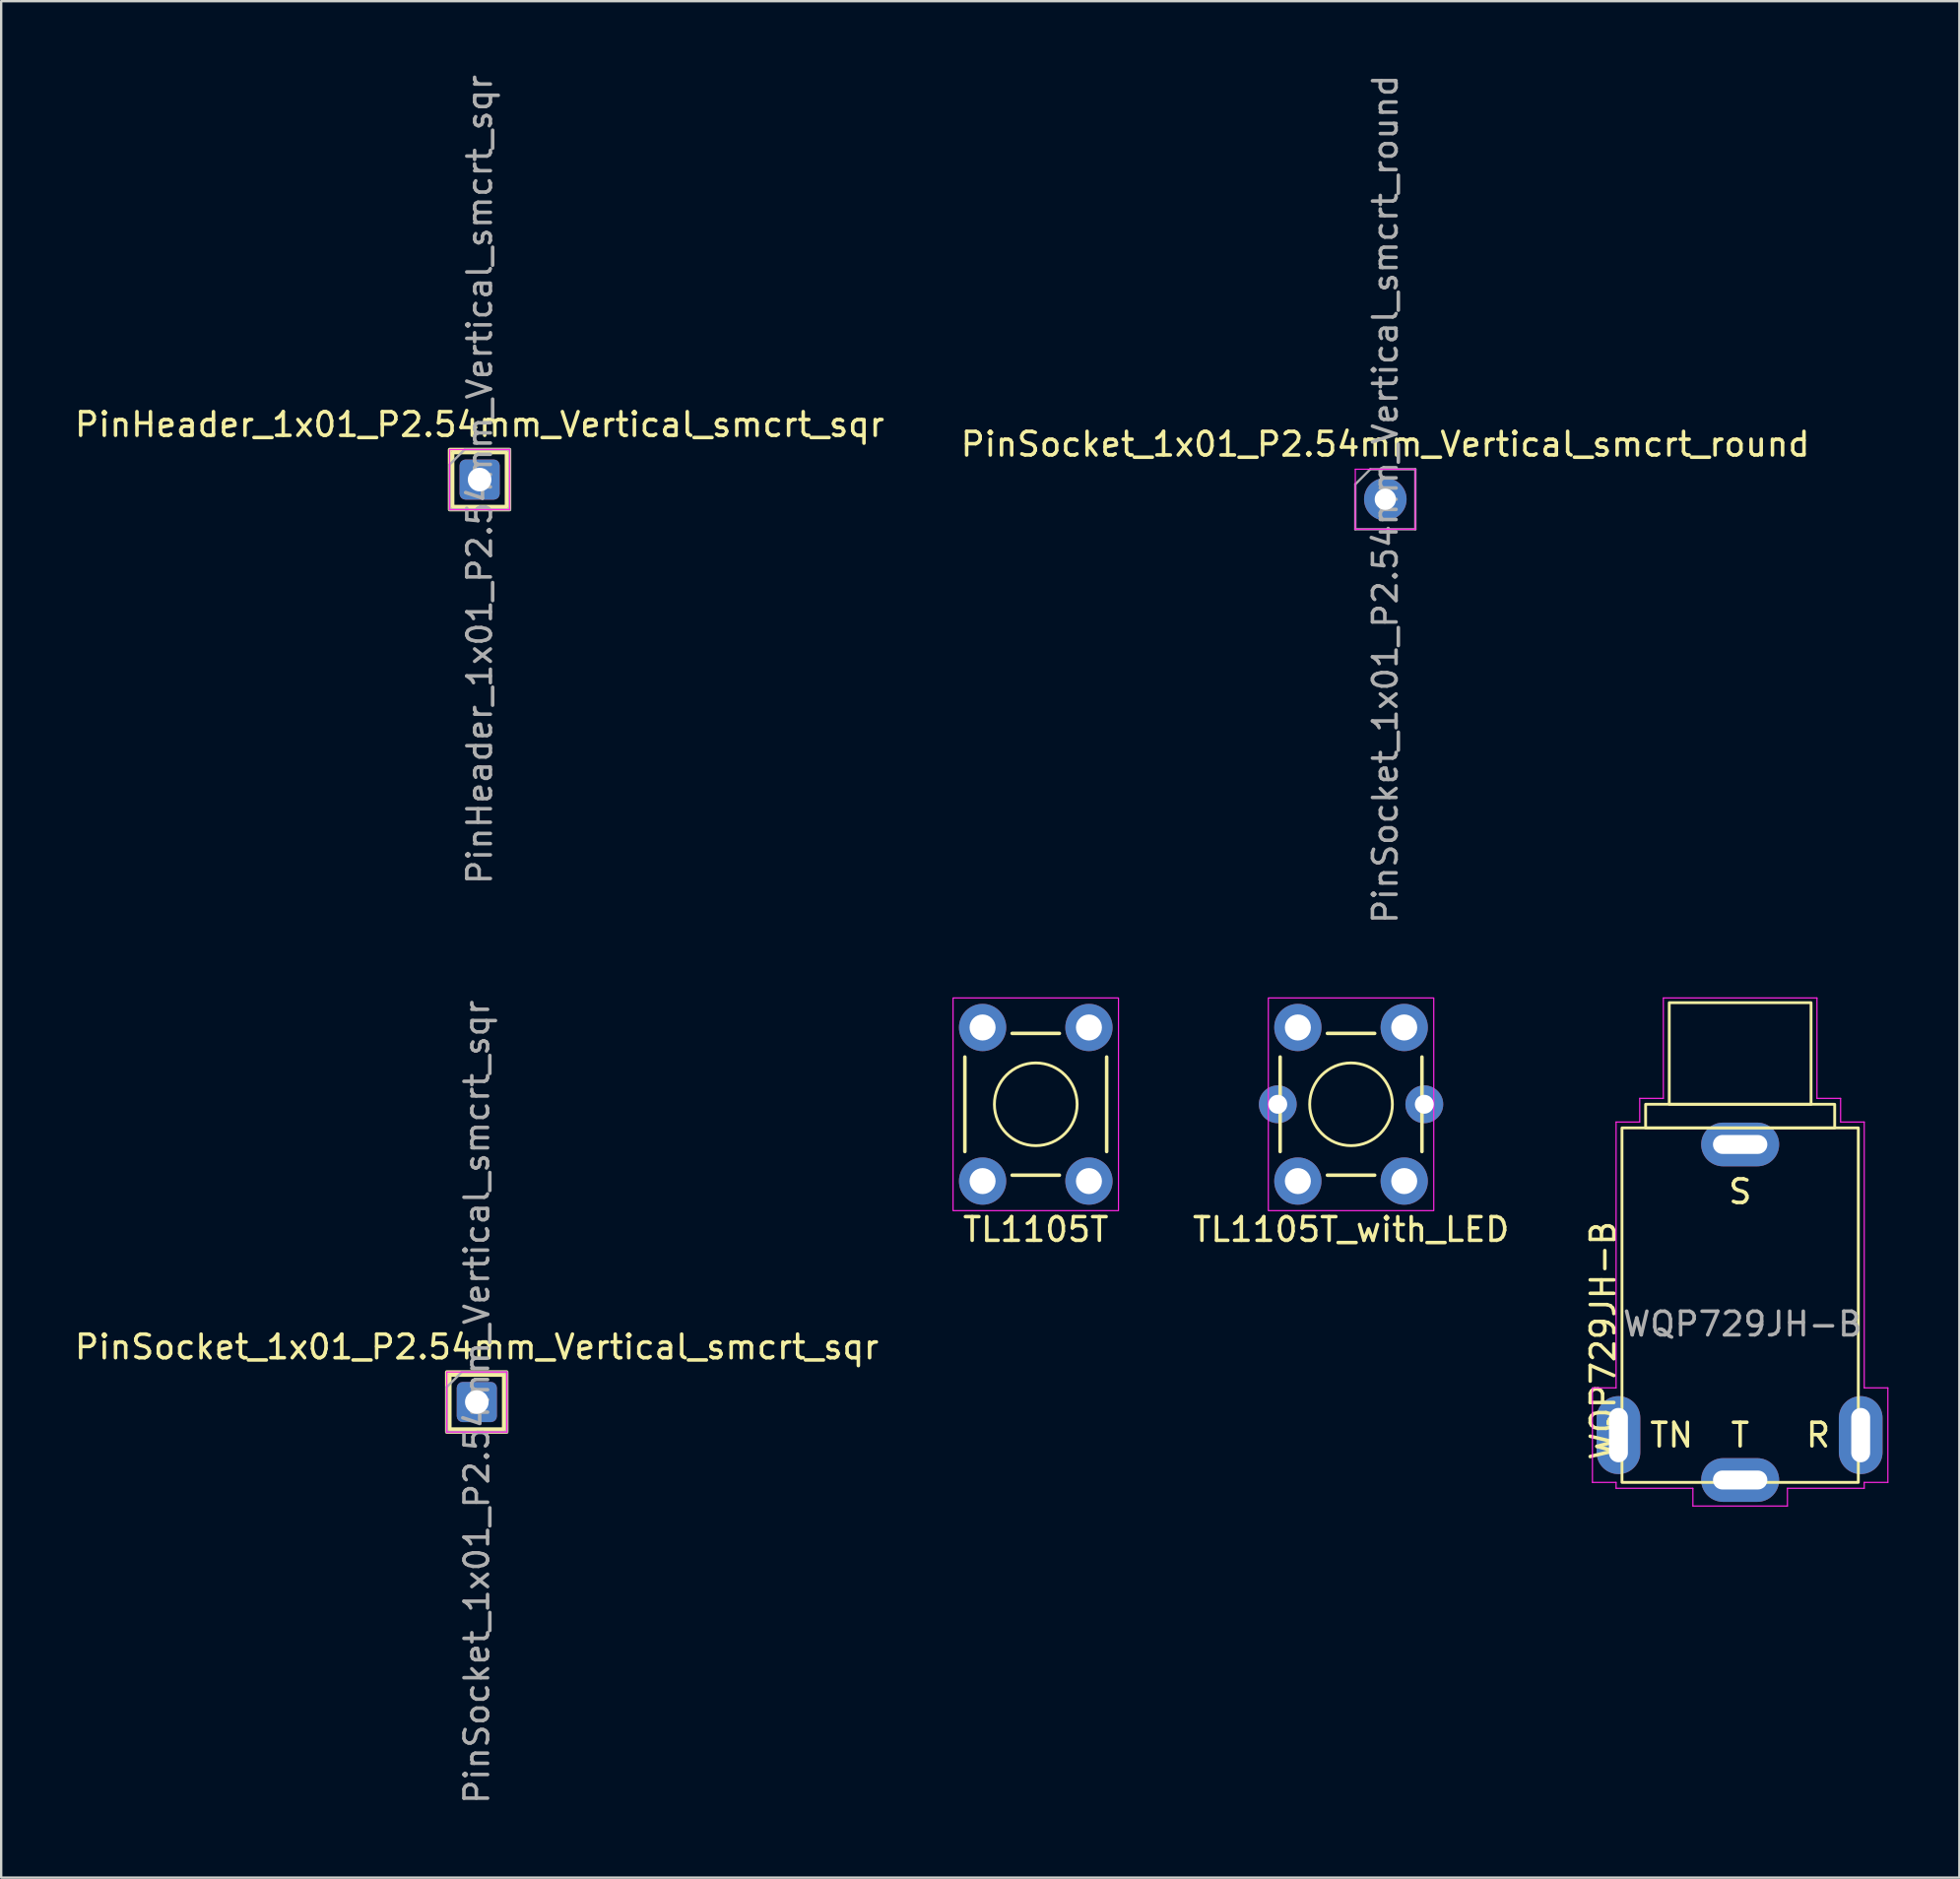
<source format=kicad_pcb>
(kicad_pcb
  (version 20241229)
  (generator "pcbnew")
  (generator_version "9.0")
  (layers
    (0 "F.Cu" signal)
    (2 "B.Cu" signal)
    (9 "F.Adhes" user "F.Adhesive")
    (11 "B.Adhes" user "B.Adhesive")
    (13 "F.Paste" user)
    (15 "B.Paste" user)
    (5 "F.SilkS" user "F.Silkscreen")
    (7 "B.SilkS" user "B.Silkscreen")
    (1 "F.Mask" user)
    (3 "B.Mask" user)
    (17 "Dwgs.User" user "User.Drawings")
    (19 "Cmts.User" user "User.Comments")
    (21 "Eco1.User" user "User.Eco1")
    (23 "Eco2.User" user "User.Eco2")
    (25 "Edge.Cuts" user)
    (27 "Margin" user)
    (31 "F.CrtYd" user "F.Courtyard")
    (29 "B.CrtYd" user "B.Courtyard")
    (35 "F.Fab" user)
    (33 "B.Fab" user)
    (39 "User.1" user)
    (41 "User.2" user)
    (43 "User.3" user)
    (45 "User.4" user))
  (footprint "PinSocket_1x01_P2.54mm_Vertical_smcrt_round"
    (layer "F.Cu")
    (at 55.565 18.077)
    (property "Reference" "PinSocket_1x01_P2.54mm_Vertical_smcrt_round" (at 0 -2.33 0) (layer "F.SilkS") (effects (font (size 1 1) (thickness 0.15))))
    (attr through_hole exclude_from_pos_files)
    (fp_line (start -1.27 -1.27) (end -1.27 1.27) (stroke (width 0.05) (type solid)) (layer "F.CrtYd"))
    (fp_line (start -1.27 1.27) (end 1.27 1.27) (stroke (width 0.05) (type solid)) (layer "F.CrtYd"))
    (fp_line (start 1.27 -1.27) (end -1.27 -1.27) (stroke (width 0.05) (type solid)) (layer "F.CrtYd"))
    (fp_line (start 1.27 1.27) (end 1.27 -1.27) (stroke (width 0.05) (type solid)) (layer "F.CrtYd"))
    (fp_line (start -1.27 -0.635) (end -0.635 -1.27) (stroke (width 0.1) (type solid)) (layer "F.Fab"))
    (fp_line (start -1.27 1.27) (end -1.27 -0.635) (stroke (width 0.1) (type solid)) (layer "F.Fab"))
    (fp_line (start -0.635 -1.27) (end 1.27 -1.27) (stroke (width 0.1) (type solid)) (layer "F.Fab"))
    (fp_line (start 1.27 -1.27) (end 1.27 1.27) (stroke (width 0.1) (type solid)) (layer "F.Fab"))
    (fp_line (start 1.27 1.27) (end -1.27 1.27) (stroke (width 0.1) (type solid)) (layer "F.Fab"))
    (fp_text user "${REFERENCE}" (at 0 0 90) (layer "F.Fab") (effects (font (size 1 1) (thickness 0.15))))
    (pad "1" thru_hole circle (at 0 0) (size 1.8 1.8) (drill 0.9) (layers "*.Cu" "*.Mask")))
  (footprint "TL1105T"
    (layer "F.Cu")
    (at 40.775 43.68)
    (property "Reference" "TL1105T" (at 0 5.3 180) (layer "F.SilkS") (effects (font (size 1 1) (thickness 0.15))))
    (attr through_hole)
    (fp_line (start -3 -2) (end -3 2) (stroke (width 0.15) (type solid)) (layer "F.SilkS"))
    (fp_line (start -1 3) (end 1 3) (stroke (width 0.15) (type solid)) (layer "F.SilkS"))
    (fp_line (start 1 -3) (end -1 -3) (stroke (width 0.15) (type solid)) (layer "F.SilkS"))
    (fp_line (start 3 2) (end 3 -2) (stroke (width 0.15) (type solid)) (layer "F.SilkS"))
    (fp_circle (center 0 0) (end 0 1.75) (stroke (width 0.12) (type solid)) (fill no) (layer "F.SilkS"))
    (fp_rect (start -3.5 -4.5) (end 3.5 4.5) (stroke (width 0.05) (type solid)) (fill no) (layer "F.CrtYd"))
    (pad "1" thru_hole circle (at -2.25 -3.25) (size 2 2) (drill 1.1) (layers "*.Cu" "*.Mask"))
    (pad "2" thru_hole circle (at -2.25 3.25) (size 2 2) (drill 1.1) (layers "*.Cu" "*.Mask"))
    (pad "3" thru_hole circle (at 2.25 -3.25) (size 2 2) (drill 1.1) (layers "*.Cu" "*.Mask"))
    (pad "4" thru_hole circle (at 2.25 3.25) (size 2 2) (drill 1.1) (layers "*.Cu" "*.Mask")))
  (footprint "WQP729JH-B"
    (layer "F.Cu")
    (at 70.579 44.68)
    (property "Reference" "WQP729JH-B" (at -5.8 9 90) (layer "F.SilkS") (effects (font (size 1 1) (thickness 0.15))))
    (attr through_hole)
    (fp_rect (start -5 0) (end 5 15) (stroke (width 0.12) (type solid)) (fill no) (layer "F.SilkS"))
    (fp_rect (start -4 0) (end 4 -1) (stroke (width 0.12) (type solid)) (fill no) (layer "F.SilkS"))
    (fp_rect (start -3 -1) (end 3 -5.3) (stroke (width 0.12) (type solid)) (fill no) (layer "F.SilkS"))
    (fp_line (start -6.25 11) (end -6.25 15) (stroke (width 0.05) (type solid)) (layer "F.CrtYd"))
    (fp_line (start -6.25 15) (end -5.25 15) (stroke (width 0.05) (type solid)) (layer "F.CrtYd"))
    (fp_line (start -5.25 -0.25) (end -5.25 11) (stroke (width 0.05) (type solid)) (layer "F.CrtYd"))
    (fp_line (start -5.25 11) (end -6.25 11) (stroke (width 0.05) (type solid)) (layer "F.CrtYd"))
    (fp_line (start -5.25 15) (end -5.25 15.25) (stroke (width 0.05) (type solid)) (layer "F.CrtYd"))
    (fp_line (start -5.25 15.25) (end -2 15.25) (stroke (width 0.05) (type solid)) (layer "F.CrtYd"))
    (fp_line (start -4.25 -1.25) (end -4.25 -0.25) (stroke (width 0.05) (type solid)) (layer "F.CrtYd"))
    (fp_line (start -4.25 -0.25) (end -5.25 -0.25) (stroke (width 0.05) (type solid)) (layer "F.CrtYd"))
    (fp_line (start -3.25 -5.5) (end -3.25 -1.25) (stroke (width 0.05) (type solid)) (layer "F.CrtYd"))
    (fp_line (start -3.25 -1.25) (end -4.25 -1.25) (stroke (width 0.05) (type solid)) (layer "F.CrtYd"))
    (fp_line (start -2 15.25) (end -2 16) (stroke (width 0.05) (type solid)) (layer "F.CrtYd"))
    (fp_line (start -2 16) (end 2 16) (stroke (width 0.05) (type solid)) (layer "F.CrtYd"))
    (fp_line (start 2 15.25) (end 5.25 15.25) (stroke (width 0.05) (type solid)) (layer "F.CrtYd"))
    (fp_line (start 2 16) (end 2 15.25) (stroke (width 0.05) (type solid)) (layer "F.CrtYd"))
    (fp_line (start 3.25 -5.5) (end -3.25 -5.5) (stroke (width 0.05) (type solid)) (layer "F.CrtYd"))
    (fp_line (start 3.25 -1.25) (end 3.25 -5.5) (stroke (width 0.05) (type solid)) (layer "F.CrtYd"))
    (fp_line (start 4.25 -1.25) (end 3.25 -1.25) (stroke (width 0.05) (type solid)) (layer "F.CrtYd"))
    (fp_line (start 4.25 -0.25) (end 4.25 -1.25) (stroke (width 0.05) (type solid)) (layer "F.CrtYd"))
    (fp_line (start 5.25 -0.25) (end 4.25 -0.25) (stroke (width 0.05) (type solid)) (layer "F.CrtYd"))
    (fp_line (start 5.25 11) (end 5.25 -0.25) (stroke (width 0.05) (type solid)) (layer "F.CrtYd"))
    (fp_line (start 5.25 15) (end 6.25 15) (stroke (width 0.05) (type solid)) (layer "F.CrtYd"))
    (fp_line (start 5.25 15.25) (end 5.25 15) (stroke (width 0.05) (type solid)) (layer "F.CrtYd"))
    (fp_line (start 6.25 11) (end 5.25 11) (stroke (width 0.05) (type solid)) (layer "F.CrtYd"))
    (fp_line (start 6.25 15) (end 6.25 11) (stroke (width 0.05) (type solid)) (layer "F.CrtYd"))
    (fp_text user "R" (at 3.3 13 0) (layer "F.SilkS") (effects (font (size 1 1) (thickness 0.15))))
    (fp_text user "T" (at 0 13 0) (layer "F.SilkS") (effects (font (size 1 1) (thickness 0.15))))
    (fp_text user "TN" (at -2.9 13 0) (layer "F.SilkS") (effects (font (size 1 1) (thickness 0.15))))
    (fp_text user "S" (at 0 2.7 0) (layer "F.SilkS") (effects (font (size 1 1) (thickness 0.15))))
    (fp_text user "${REFERENCE}" (at 0.1 8.3 0) (unlocked yes) (layer "F.Fab") (effects (font (size 1 1) (thickness 0.15))))
    (pad "R" thru_hole oval (at 5.1 13 90) (size 3.3 1.85) (drill oval 2.3 0.8) (layers "*.Cu" "*.Mask"))
    (pad "S" thru_hole oval (at 0 0.7) (size 3.3 1.85) (drill oval 2.3 0.8) (layers "*.Cu" "*.Mask"))
    (pad "T" thru_hole oval (at 0 14.9) (size 3.3 1.85) (drill oval 2.3 0.8) (layers "*.Cu" "*.Mask"))
    (pad "TN" thru_hole oval (at -5.15 13 90) (size 3.3 1.85) (drill oval 2.3 0.8) (layers "*.Cu" "*.Mask")))
  (footprint "PinHeader_1x01_P2.54mm_Vertical_smcrt_sqr"
    (layer "F.Cu")
    (at 17.244 17.244)
    (property "Reference" "PinHeader_1x01_P2.54mm_Vertical_smcrt_sqr" (at 0 -2.33 0) (layer "F.SilkS") (effects (font (size 1 1) (thickness 0.15))))
    (attr through_hole exclude_from_pos_files)
    (fp_rect (start -1.27 -1.27) (end 1.264 1.27) (stroke (width 0.15) (type solid)) (fill no) (layer "F.SilkS"))
    (fp_rect (start -1.143 -1.143) (end 1.137 1.143) (stroke (width 0.15) (type solid)) (fill no) (layer "F.SilkS"))
    (fp_line (start -1.27 -1.27) (end -1.27 1.27) (stroke (width 0.05) (type solid)) (layer "F.CrtYd"))
    (fp_line (start -1.27 1.27) (end 1.27 1.27) (stroke (width 0.05) (type solid)) (layer "F.CrtYd"))
    (fp_line (start 1.27 -1.27) (end -1.27 -1.27) (stroke (width 0.05) (type solid)) (layer "F.CrtYd"))
    (fp_line (start 1.27 1.27) (end 1.27 -1.27) (stroke (width 0.05) (type solid)) (layer "F.CrtYd"))
    (fp_line (start -1.27 -0.635) (end -0.635 -1.27) (stroke (width 0.1) (type solid)) (layer "F.Fab"))
    (fp_line (start -1.27 1.27) (end -1.27 -0.635) (stroke (width 0.1) (type solid)) (layer "F.Fab"))
    (fp_line (start -0.635 -1.27) (end 1.27 -1.27) (stroke (width 0.1) (type solid)) (layer "F.Fab"))
    (fp_line (start 1.27 -1.27) (end 1.27 1.27) (stroke (width 0.1) (type solid)) (layer "F.Fab"))
    (fp_line (start 1.27 1.27) (end -1.27 1.27) (stroke (width 0.1) (type solid)) (layer "F.Fab"))
    (fp_text user "${REFERENCE}" (at 0 0 90) (layer "F.Fab") (effects (font (size 1 1) (thickness 0.15))))
    (pad "1" thru_hole roundrect (at 0 0) (size 1.7 1.7) (drill 1) (layers "*.Cu" "*.Mask") (roundrect_rratio 0.147)))
  (footprint "PinSocket_1x01_P2.54mm_Vertical_smcrt_sqr"
    (layer "F.Cu")
    (at 17.125 56.28)
    (property "Reference" "PinSocket_1x01_P2.54mm_Vertical_smcrt_sqr" (at 0 -2.33 0) (layer "F.SilkS") (effects (font (size 1 1) (thickness 0.15))))
    (attr through_hole exclude_from_pos_files)
    (fp_rect (start -1.27 -1.27) (end 1.264 1.27) (stroke (width 0.15) (type solid)) (fill no) (layer "F.SilkS"))
    (fp_rect (start -1.143 -1.143) (end 1.137 1.143) (stroke (width 0.15) (type solid)) (fill no) (layer "F.SilkS"))
    (fp_line (start -1.27 -1.27) (end -1.27 1.27) (stroke (width 0.05) (type solid)) (layer "F.CrtYd"))
    (fp_line (start -1.27 1.27) (end 1.27 1.27) (stroke (width 0.05) (type solid)) (layer "F.CrtYd"))
    (fp_line (start 1.27 -1.27) (end -1.27 -1.27) (stroke (width 0.05) (type solid)) (layer "F.CrtYd"))
    (fp_line (start 1.27 1.27) (end 1.27 -1.27) (stroke (width 0.05) (type solid)) (layer "F.CrtYd"))
    (fp_line (start -1.27 -0.635) (end -0.635 -1.27) (stroke (width 0.1) (type solid)) (layer "F.Fab"))
    (fp_line (start -1.27 1.27) (end -1.27 -0.635) (stroke (width 0.1) (type solid)) (layer "F.Fab"))
    (fp_line (start -0.635 -1.27) (end 1.27 -1.27) (stroke (width 0.1) (type solid)) (layer "F.Fab"))
    (fp_line (start 1.27 -1.27) (end 1.27 1.27) (stroke (width 0.1) (type solid)) (layer "F.Fab"))
    (fp_line (start 1.27 1.27) (end -1.27 1.27) (stroke (width 0.1) (type solid)) (layer "F.Fab"))
    (fp_text user "${REFERENCE}" (at 0 0 90) (layer "F.Fab") (effects (font (size 1 1) (thickness 0.15))))
    (pad "1" thru_hole roundrect (at 0 0) (size 1.7 1.7) (drill 1) (layers "*.Cu" "*.Mask") (roundrect_rratio 0.147)))
  (footprint "TL1105T_with_LED"
    (layer "F.Cu")
    (at 54.115 43.68)
    (property "Reference" "TL1105T_with_LED" (at 0 5.3 180) (layer "F.SilkS") (effects (font (size 1 1) (thickness 0.15))))
    (attr through_hole)
    (fp_line (start -3 -2) (end -3 2) (stroke (width 0.15) (type solid)) (layer "F.SilkS"))
    (fp_line (start -1 3) (end 1 3) (stroke (width 0.15) (type solid)) (layer "F.SilkS"))
    (fp_line (start 1 -3) (end -1 -3) (stroke (width 0.15) (type solid)) (layer "F.SilkS"))
    (fp_line (start 3 2) (end 3 -2) (stroke (width 0.15) (type solid)) (layer "F.SilkS"))
    (fp_circle (center 0 0) (end 0 1.75) (stroke (width 0.12) (type solid)) (fill no) (layer "F.SilkS"))
    (fp_rect (start -3.5 -4.5) (end 3.5 4.5) (stroke (width 0.05) (type solid)) (fill no) (layer "F.CrtYd"))
    (pad "1" thru_hole circle (at -2.25 -3.25) (size 2 2) (drill 1.1) (layers "*.Cu" "*.Mask"))
    (pad "2" thru_hole circle (at -2.25 3.25) (size 2 2) (drill 1.1) (layers "*.Cu" "*.Mask"))
    (pad "3" thru_hole circle (at 2.25 -3.25) (size 2 2) (drill 1.1) (layers "*.Cu" "*.Mask"))
    (pad "4" thru_hole circle (at 2.25 3.25) (size 2 2) (drill 1.1) (layers "*.Cu" "*.Mask"))
    (pad "5" thru_hole circle (at -3.1 0) (size 1.6 1.6) (drill 0.8) (layers "*.Cu" "*.Mask"))
    (pad "6" thru_hole circle (at 3.1 0) (size 1.6 1.6) (drill 0.8) (layers "*.Cu" "*.Mask")))
  (gr_rect
    (start -3 -3)
    (end 79.854 76.405)
    (stroke (width 0.1) (type default))
    (fill no)
    (layer "Edge.Cuts")))
</source>
